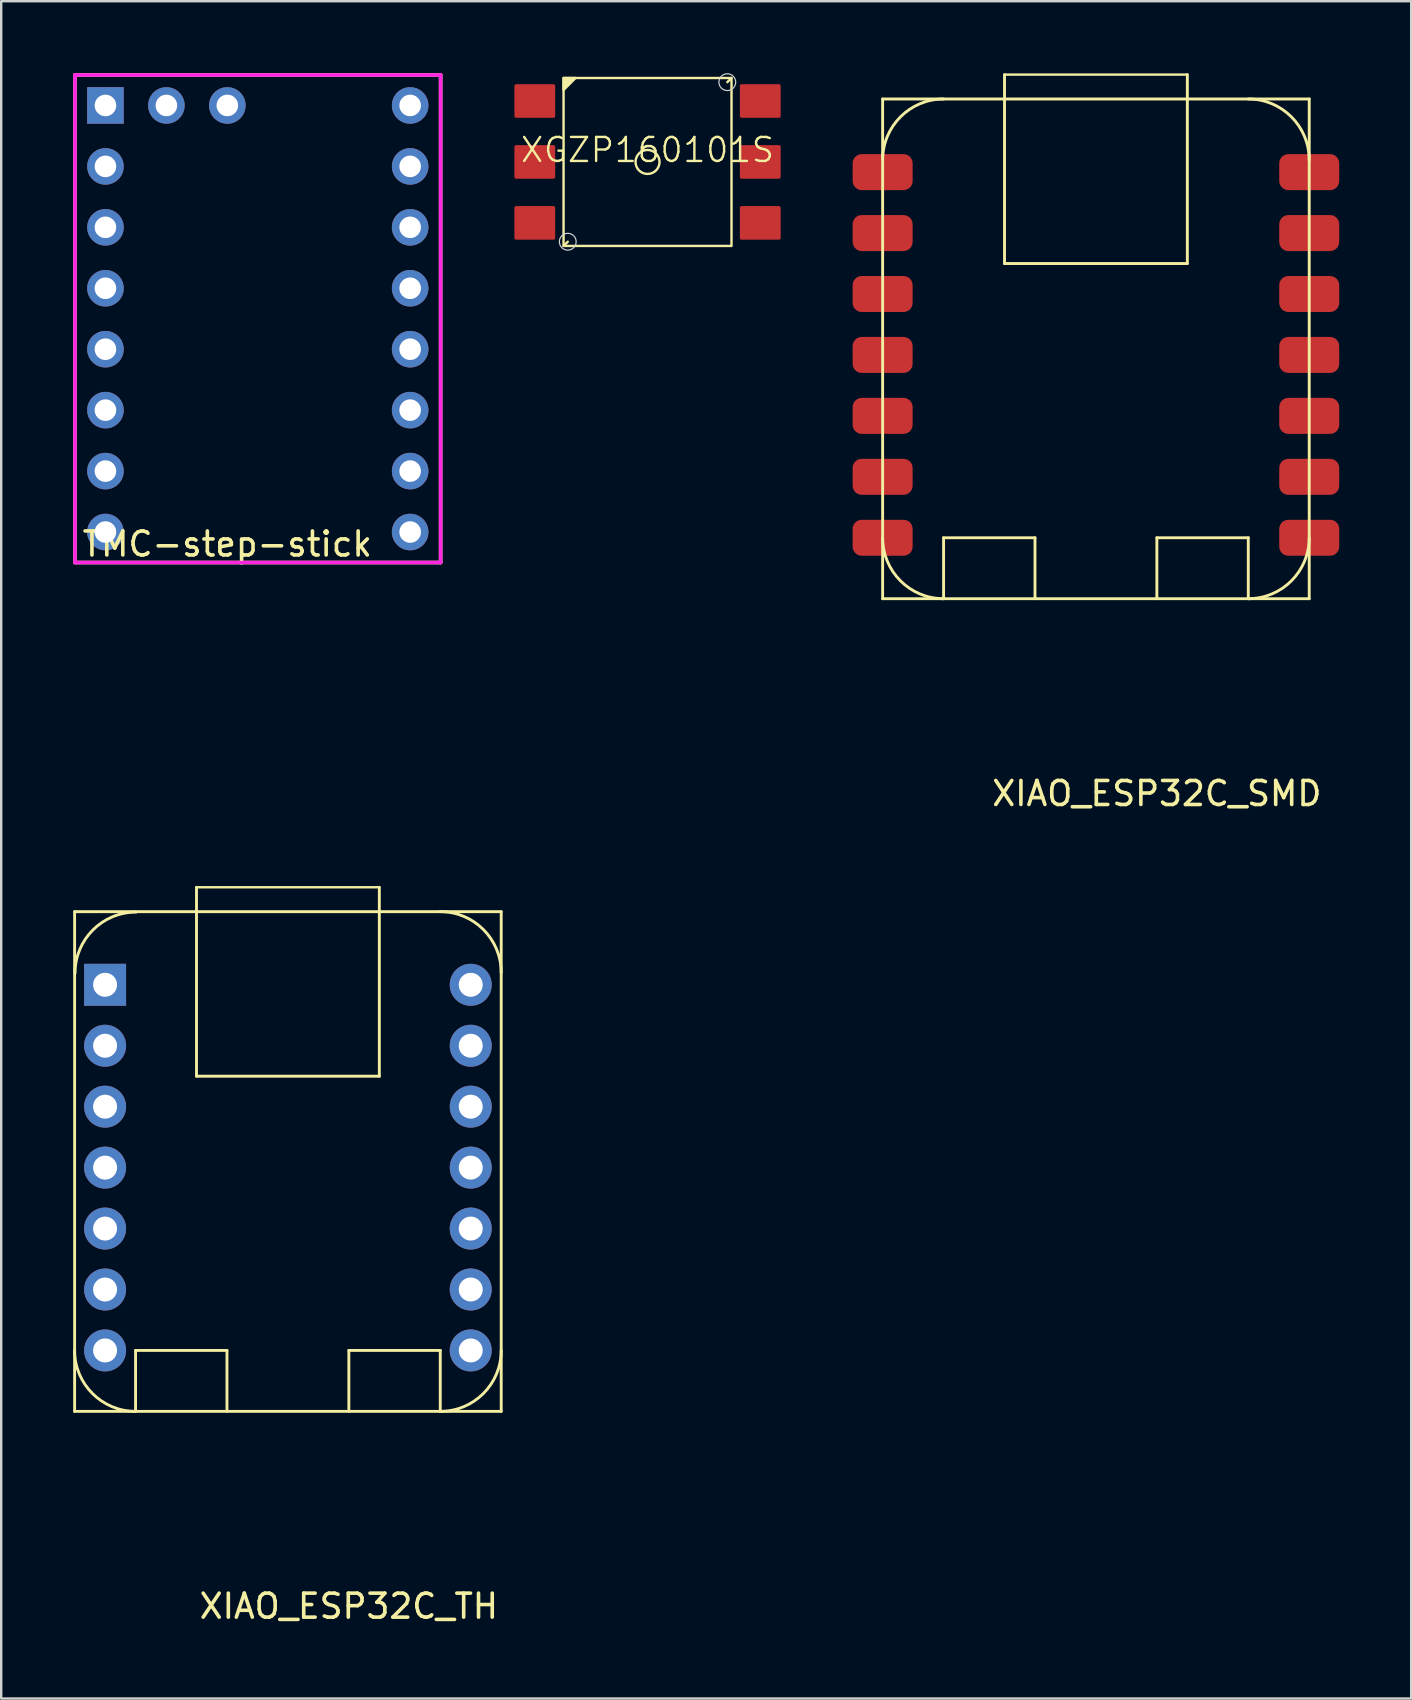
<source format=kicad_pcb>
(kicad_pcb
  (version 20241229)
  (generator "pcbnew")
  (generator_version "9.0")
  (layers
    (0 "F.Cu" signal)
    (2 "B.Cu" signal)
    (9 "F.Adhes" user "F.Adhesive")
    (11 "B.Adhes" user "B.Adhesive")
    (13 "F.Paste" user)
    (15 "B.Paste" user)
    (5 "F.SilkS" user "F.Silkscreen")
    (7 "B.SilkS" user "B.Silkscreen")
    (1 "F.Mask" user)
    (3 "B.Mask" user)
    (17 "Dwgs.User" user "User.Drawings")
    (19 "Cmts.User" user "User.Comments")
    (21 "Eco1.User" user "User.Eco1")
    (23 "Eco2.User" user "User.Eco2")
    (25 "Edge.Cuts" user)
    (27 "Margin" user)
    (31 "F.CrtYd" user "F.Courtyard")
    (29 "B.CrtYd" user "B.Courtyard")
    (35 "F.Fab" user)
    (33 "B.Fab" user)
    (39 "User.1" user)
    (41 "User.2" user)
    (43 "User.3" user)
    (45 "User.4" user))
  (footprint "TMC-step-stick"
    (layer "F.Cu")
    (at 6.425 19.125)
    (property "Reference" "TMC-step-stick" (at 0 0.5 0) (layer "F.SilkS") (effects (font (size 1 1) (thickness 0.15))))
    (attr through_hole)
    (fp_line (start -6.35 -19.05) (end 8.89 -19.05) (stroke (width 0.15) (type solid)) (layer "F.SilkS"))
    (fp_line (start -6.35 1.27) (end -6.35 -19.05) (stroke (width 0.15) (type solid)) (layer "F.SilkS"))
    (fp_line (start 8.89 -19.05) (end 8.89 1.27) (stroke (width 0.15) (type solid)) (layer "F.SilkS"))
    (fp_line (start 8.89 1.27) (end -6.35 1.27) (stroke (width 0.15) (type solid)) (layer "F.SilkS"))
    (fp_line (start -6.35 -19.05) (end 8.89 -19.05) (stroke (width 0.15) (type solid)) (layer "F.CrtYd"))
    (fp_line (start -6.35 1.27) (end -6.35 -19.05) (stroke (width 0.15) (type solid)) (layer "F.CrtYd"))
    (fp_line (start 8.89 -19.05) (end 8.89 1.27) (stroke (width 0.15) (type solid)) (layer "F.CrtYd"))
    (fp_line (start 8.89 1.27) (end -6.35 1.27) (stroke (width 0.15) (type solid)) (layer "F.CrtYd"))
    (pad "1" thru_hole rect (at -5.08 -17.78) (size 1.524 1.524) (drill 0.9) (layers "*.Cu" "*.Mask"))
    (pad "2" thru_hole circle (at -5.08 -15.24) (size 1.524 1.524) (drill 0.9) (layers "*.Cu" "*.Mask"))
    (pad "3" thru_hole circle (at -5.08 -12.7) (size 1.524 1.524) (drill 0.9) (layers "*.Cu" "*.Mask"))
    (pad "4" thru_hole circle (at -5.08 -10.16) (size 1.524 1.524) (drill 0.9) (layers "*.Cu" "*.Mask"))
    (pad "5" thru_hole circle (at -5.08 -7.62) (size 1.524 1.524) (drill 0.9) (layers "*.Cu" "*.Mask"))
    (pad "6" thru_hole circle (at -5.08 -5.08) (size 1.524 1.524) (drill 0.9) (layers "*.Cu" "*.Mask"))
    (pad "7" thru_hole circle (at -5.08 -2.54) (size 1.524 1.524) (drill 0.9) (layers "*.Cu" "*.Mask"))
    (pad "8" thru_hole circle (at -5.08 0) (size 1.524 1.524) (drill 0.9) (layers "*.Cu" "*.Mask"))
    (pad "9" thru_hole circle (at 7.62 0) (size 1.524 1.524) (drill 0.9) (layers "*.Cu" "*.Mask"))
    (pad "10" thru_hole circle (at 7.62 -2.54) (size 1.524 1.524) (drill 0.9) (layers "*.Cu" "*.Mask"))
    (pad "11" thru_hole circle (at 7.62 -5.08) (size 1.524 1.524) (drill 0.9) (layers "*.Cu" "*.Mask"))
    (pad "12" thru_hole circle (at 7.62 -7.62) (size 1.524 1.524) (drill 0.9) (layers "*.Cu" "*.Mask"))
    (pad "13" thru_hole circle (at 7.62 -10.16) (size 1.524 1.524) (drill 0.9) (layers "*.Cu" "*.Mask"))
    (pad "14" thru_hole circle (at 7.62 -12.7) (size 1.524 1.524) (drill 0.9) (layers "*.Cu" "*.Mask"))
    (pad "15" thru_hole circle (at 7.62 -15.24) (size 1.524 1.524) (drill 0.9) (layers "*.Cu" "*.Mask"))
    (pad "16" thru_hole circle (at 7.62 -17.78) (size 1.524 1.524) (drill 0.9) (layers "*.Cu" "*.Mask"))
    (pad "17" thru_hole circle (at -2.54 -17.78) (size 1.524 1.524) (drill 0.9) (layers "*.Cu" "*.Mask"))
    (pad "18" thru_hole circle (at 0 -17.78) (size 1.524 1.524) (drill 0.9) (layers "*.Cu" "*.Mask")))
  (footprint "XIAO_ESP32C_TH"
    (layer "F.Cu")
    (at 11.49 63.396)
    (property "Reference" "XIAO_ESP32C_TH" (at 0 0.5 0) (layer "F.SilkS") (effects (font (size 1 1) (thickness 0.15))))
    (attr through_hole)
    (fp_line (start -11.43 -28.448) (end 6.35 -28.448) (stroke (width 0.12) (type solid)) (layer "F.SilkS"))
    (fp_line (start -11.43 -7.62) (end -11.43 -28.448) (stroke (width 0.12) (type solid)) (layer "F.SilkS"))
    (fp_line (start -8.89 -10.16) (end -5.08 -10.16) (stroke (width 0.12) (type solid)) (layer "F.SilkS"))
    (fp_line (start -8.89 -7.62) (end -8.89 -10.16) (stroke (width 0.12) (type solid)) (layer "F.SilkS"))
    (fp_line (start -6.35 -29.464) (end -6.35 -21.59) (stroke (width 0.12) (type solid)) (layer "F.SilkS"))
    (fp_line (start -6.35 -29.464) (end 1.27 -29.464) (stroke (width 0.1) (type default)) (layer "F.SilkS"))
    (fp_line (start -6.35 -21.59) (end 1.27 -21.59) (stroke (width 0.12) (type solid)) (layer "F.SilkS"))
    (fp_line (start -5.08 -10.16) (end -5.08 -7.62) (stroke (width 0.12) (type solid)) (layer "F.SilkS"))
    (fp_line (start 0 -10.16) (end 0 -7.62) (stroke (width 0.12) (type solid)) (layer "F.SilkS"))
    (fp_line (start 1.27 -21.59) (end 1.27 -29.464) (stroke (width 0.12) (type solid)) (layer "F.SilkS"))
    (fp_line (start 3.81 -10.16) (end 0 -10.16) (stroke (width 0.12) (type solid)) (layer "F.SilkS"))
    (fp_line (start 3.81 -7.62) (end 3.81 -10.16) (stroke (width 0.12) (type solid)) (layer "F.SilkS"))
    (fp_line (start 6.35 -28.448) (end 6.35 -7.62) (stroke (width 0.12) (type solid)) (layer "F.SilkS"))
    (fp_line (start 6.35 -7.62) (end -11.43 -7.62) (stroke (width 0.12) (type solid)) (layer "F.SilkS"))
    (fp_arc (start -11.411949 -25.889949) (mid -10.668 -27.686) (end -8.871949 -28.429949) (stroke (width 0.12) (type solid)) (layer "F.SilkS"))
    (fp_arc (start -8.89 -7.62) (mid -10.686051 -8.363949) (end -11.43 -10.16) (stroke (width 0.12) (type solid)) (layer "F.SilkS"))
    (fp_arc (start 3.81 -28.448) (mid 5.606051 -27.704051) (end 6.35 -25.908) (stroke (width 0.12) (type solid)) (layer "F.SilkS"))
    (fp_arc (start 6.35 -10.16) (mid 5.606051 -8.363949) (end 3.81 -7.62) (stroke (width 0.12) (type solid)) (layer "F.SilkS"))
    (pad "1" thru_hole rect (at -10.16 -25.4) (size 1.75 1.75) (drill 1) (layers "*.Cu" "*.Mask"))
    (pad "2" thru_hole circle (at -10.16 -22.86) (size 1.75 1.75) (drill 1) (layers "*.Cu" "*.Mask"))
    (pad "3" thru_hole circle (at -10.16 -20.32) (size 1.75 1.75) (drill 1) (layers "*.Cu" "*.Mask"))
    (pad "4" thru_hole circle (at -10.16 -17.78) (size 1.75 1.75) (drill 1) (layers "*.Cu" "*.Mask"))
    (pad "5" thru_hole circle (at -10.16 -15.24) (size 1.75 1.75) (drill 1) (layers "*.Cu" "*.Mask"))
    (pad "6" thru_hole circle (at -10.16 -12.7) (size 1.75 1.75) (drill 1) (layers "*.Cu" "*.Mask"))
    (pad "7" thru_hole circle (at -10.16 -10.16) (size 1.75 1.75) (drill 1) (layers "*.Cu" "*.Mask"))
    (pad "8" thru_hole circle (at 5.08 -10.16) (size 1.75 1.75) (drill 1) (layers "*.Cu" "*.Mask"))
    (pad "9" thru_hole circle (at 5.08 -12.7) (size 1.75 1.75) (drill 1) (layers "*.Cu" "*.Mask"))
    (pad "10" thru_hole circle (at 5.08 -15.24) (size 1.75 1.75) (drill 1) (layers "*.Cu" "*.Mask"))
    (pad "11" thru_hole circle (at 5.08 -17.78) (size 1.75 1.75) (drill 1) (layers "*.Cu" "*.Mask"))
    (pad "12" thru_hole circle (at 5.08 -20.32) (size 1.75 1.75) (drill 1) (layers "*.Cu" "*.Mask"))
    (pad "13" thru_hole circle (at 5.08 -22.86) (size 1.75 1.75) (drill 1) (layers "*.Cu" "*.Mask"))
    (pad "14" thru_hole circle (at 5.08 -25.4) (size 1.75 1.75) (drill 1) (layers "*.Cu" "*.Mask")))
  (footprint "XGZP160101S"
    (layer "F.Cu")
    (at 23.939 3.7)
    (property "Reference" "XGZP160101S" (at 0 -0.5 0) (unlocked yes) (layer "F.SilkS") (effects (font (size 1 1) (thickness 0.1))))
    (attr smd)
    (fp_line (start -3.5 3.5) (end -3.325 3.325) (stroke (width 0.1) (type default)) (layer "F.SilkS"))
    (fp_line (start 3.5 -3.5) (end 3.325 -3.325) (stroke (width 0.1) (type default)) (layer "F.SilkS"))
    (fp_rect (start -3.5 -3.5) (end 3.5 3.5) (stroke (width 0.1) (type default)) (fill no) (layer "F.SilkS"))
    (fp_circle (center 0 0) (end 0.5 0) (stroke (width 0.1) (type default)) (fill no) (layer "F.SilkS"))
    (fp_poly (pts (xy -3.5 -3.5) (xy -3.5 -3) (xy -3 -3.5)) (stroke (width 0.1) (type solid)) (fill yes) (layer "F.SilkS"))
    (fp_circle (center -3.325 3.325) (end -2.975 3.325) (stroke (width 0.05) (type default)) (fill no) (layer "Edge.Cuts"))
    (fp_circle (center 3.325 -3.325) (end 3.675 -3.325) (stroke (width 0.05) (type default)) (fill no) (layer "Edge.Cuts"))
    (pad "1" smd roundrect (at -4.699 -2.54) (size 1.7 1.4) (layers "F.Cu" "F.Mask" "F.Paste") (roundrect_rratio 0.05))
    (pad "2" smd roundrect (at -4.699 0) (size 1.7 1.4) (layers "F.Cu" "F.Mask" "F.Paste") (roundrect_rratio 0.05))
    (pad "3" smd roundrect (at -4.699 2.54) (size 1.7 1.4) (layers "F.Cu" "F.Mask" "F.Paste") (roundrect_rratio 0.05))
    (pad "4" smd roundrect (at 4.699 2.54) (size 1.7 1.4) (layers "F.Cu" "F.Mask" "F.Paste") (roundrect_rratio 0.05))
    (pad "5" smd roundrect (at 4.699 0) (size 1.7 1.4) (layers "F.Cu" "F.Mask" "F.Paste") (roundrect_rratio 0.05))
    (pad "6" smd roundrect (at 4.699 -2.54) (size 1.7 1.4) (layers "F.Cu" "F.Mask" "F.Paste") (roundrect_rratio 0.05)))
  (footprint "XIAO_ESP32C_SMD"
    (layer "F.Cu")
    (at 45.168 29.524)
    (property "Reference" "XIAO_ESP32C_SMD" (at 0 0.5 0) (layer "F.SilkS") (effects (font (size 1 1) (thickness 0.15))))
    (attr through_hole)
    (fp_line (start -11.43 -28.448) (end 6.35 -28.448) (stroke (width 0.12) (type solid)) (layer "F.SilkS"))
    (fp_line (start -11.43 -7.62) (end -11.43 -28.448) (stroke (width 0.12) (type solid)) (layer "F.SilkS"))
    (fp_line (start -8.89 -10.16) (end -5.08 -10.16) (stroke (width 0.12) (type solid)) (layer "F.SilkS"))
    (fp_line (start -8.89 -7.62) (end -8.89 -10.16) (stroke (width 0.12) (type solid)) (layer "F.SilkS"))
    (fp_line (start -6.35 -29.464) (end -6.35 -21.59) (stroke (width 0.12) (type solid)) (layer "F.SilkS"))
    (fp_line (start -6.35 -29.464) (end 1.27 -29.464) (stroke (width 0.1) (type default)) (layer "F.SilkS"))
    (fp_line (start -6.35 -21.59) (end 1.27 -21.59) (stroke (width 0.12) (type solid)) (layer "F.SilkS"))
    (fp_line (start -5.08 -10.16) (end -5.08 -7.62) (stroke (width 0.12) (type solid)) (layer "F.SilkS"))
    (fp_line (start 0 -10.16) (end 0 -7.62) (stroke (width 0.12) (type solid)) (layer "F.SilkS"))
    (fp_line (start 1.27 -21.59) (end 1.27 -29.464) (stroke (width 0.12) (type solid)) (layer "F.SilkS"))
    (fp_line (start 3.81 -10.16) (end 0 -10.16) (stroke (width 0.12) (type solid)) (layer "F.SilkS"))
    (fp_line (start 3.81 -7.62) (end 3.81 -10.16) (stroke (width 0.12) (type solid)) (layer "F.SilkS"))
    (fp_line (start 6.35 -28.448) (end 6.35 -7.62) (stroke (width 0.12) (type solid)) (layer "F.SilkS"))
    (fp_line (start 6.35 -7.62) (end -11.43 -7.62) (stroke (width 0.12) (type solid)) (layer "F.SilkS"))
    (fp_arc (start -11.43 -25.908) (mid -10.686051 -27.704051) (end -8.89 -28.448) (stroke (width 0.12) (type solid)) (layer "F.SilkS"))
    (fp_arc (start -8.89 -7.62) (mid -10.686051 -8.363949) (end -11.43 -10.16) (stroke (width 0.12) (type solid)) (layer "F.SilkS"))
    (fp_arc (start 3.81 -28.448) (mid 5.606051 -27.704051) (end 6.35 -25.908) (stroke (width 0.12) (type solid)) (layer "F.SilkS"))
    (fp_arc (start 6.35 -10.16) (mid 5.606051 -8.363949) (end 3.81 -7.62) (stroke (width 0.12) (type solid)) (layer "F.SilkS"))
    (pad "1" smd roundrect (at -11.43 -25.4) (size 2.5 1.5) (layers "F.Cu" "F.Mask" "F.Paste") (roundrect_rratio 0.25))
    (pad "2" smd roundrect (at -11.43 -22.86) (size 2.5 1.5) (layers "F.Cu" "F.Mask" "F.Paste") (roundrect_rratio 0.25))
    (pad "3" smd roundrect (at -11.43 -20.32) (size 2.5 1.5) (layers "F.Cu" "F.Mask" "F.Paste") (roundrect_rratio 0.25))
    (pad "4" smd roundrect (at -11.43 -17.78) (size 2.5 1.5) (layers "F.Cu" "F.Mask" "F.Paste") (roundrect_rratio 0.25))
    (pad "5" smd roundrect (at -11.43 -15.24) (size 2.5 1.5) (layers "F.Cu" "F.Mask" "F.Paste") (roundrect_rratio 0.25))
    (pad "6" smd roundrect (at -11.43 -12.7) (size 2.5 1.5) (layers "F.Cu" "F.Mask" "F.Paste") (roundrect_rratio 0.25))
    (pad "7" smd roundrect (at -11.43 -10.16) (size 2.5 1.5) (layers "F.Cu" "F.Mask" "F.Paste") (roundrect_rratio 0.25))
    (pad "8" smd roundrect (at 6.35 -10.16) (size 2.5 1.5) (layers "F.Cu" "F.Mask" "F.Paste") (roundrect_rratio 0.25))
    (pad "9" smd roundrect (at 6.35 -12.7) (size 2.5 1.5) (layers "F.Cu" "F.Mask" "F.Paste") (roundrect_rratio 0.25))
    (pad "10" smd roundrect (at 6.35 -15.24) (size 2.5 1.5) (layers "F.Cu" "F.Mask" "F.Paste") (roundrect_rratio 0.25))
    (pad "11" smd roundrect (at 6.35 -17.78) (size 2.5 1.5) (layers "F.Cu" "F.Mask" "F.Paste") (roundrect_rratio 0.25))
    (pad "12" smd roundrect (at 6.35 -20.32) (size 2.5 1.5) (layers "F.Cu" "F.Mask" "F.Paste") (roundrect_rratio 0.25))
    (pad "13" smd roundrect (at 6.35 -22.86) (size 2.5 1.5) (layers "F.Cu" "F.Mask" "F.Paste") (roundrect_rratio 0.25))
    (pad "14" smd roundrect (at 6.35 -25.4) (size 2.5 1.5) (layers "F.Cu" "F.Mask" "F.Paste") (roundrect_rratio 0.25)))
  (gr_rect
    (start -3 -3)
    (end 55.768 67.745)
    (stroke (width 0.1) (type default))
    (fill no)
    (layer "Edge.Cuts")))
</source>
